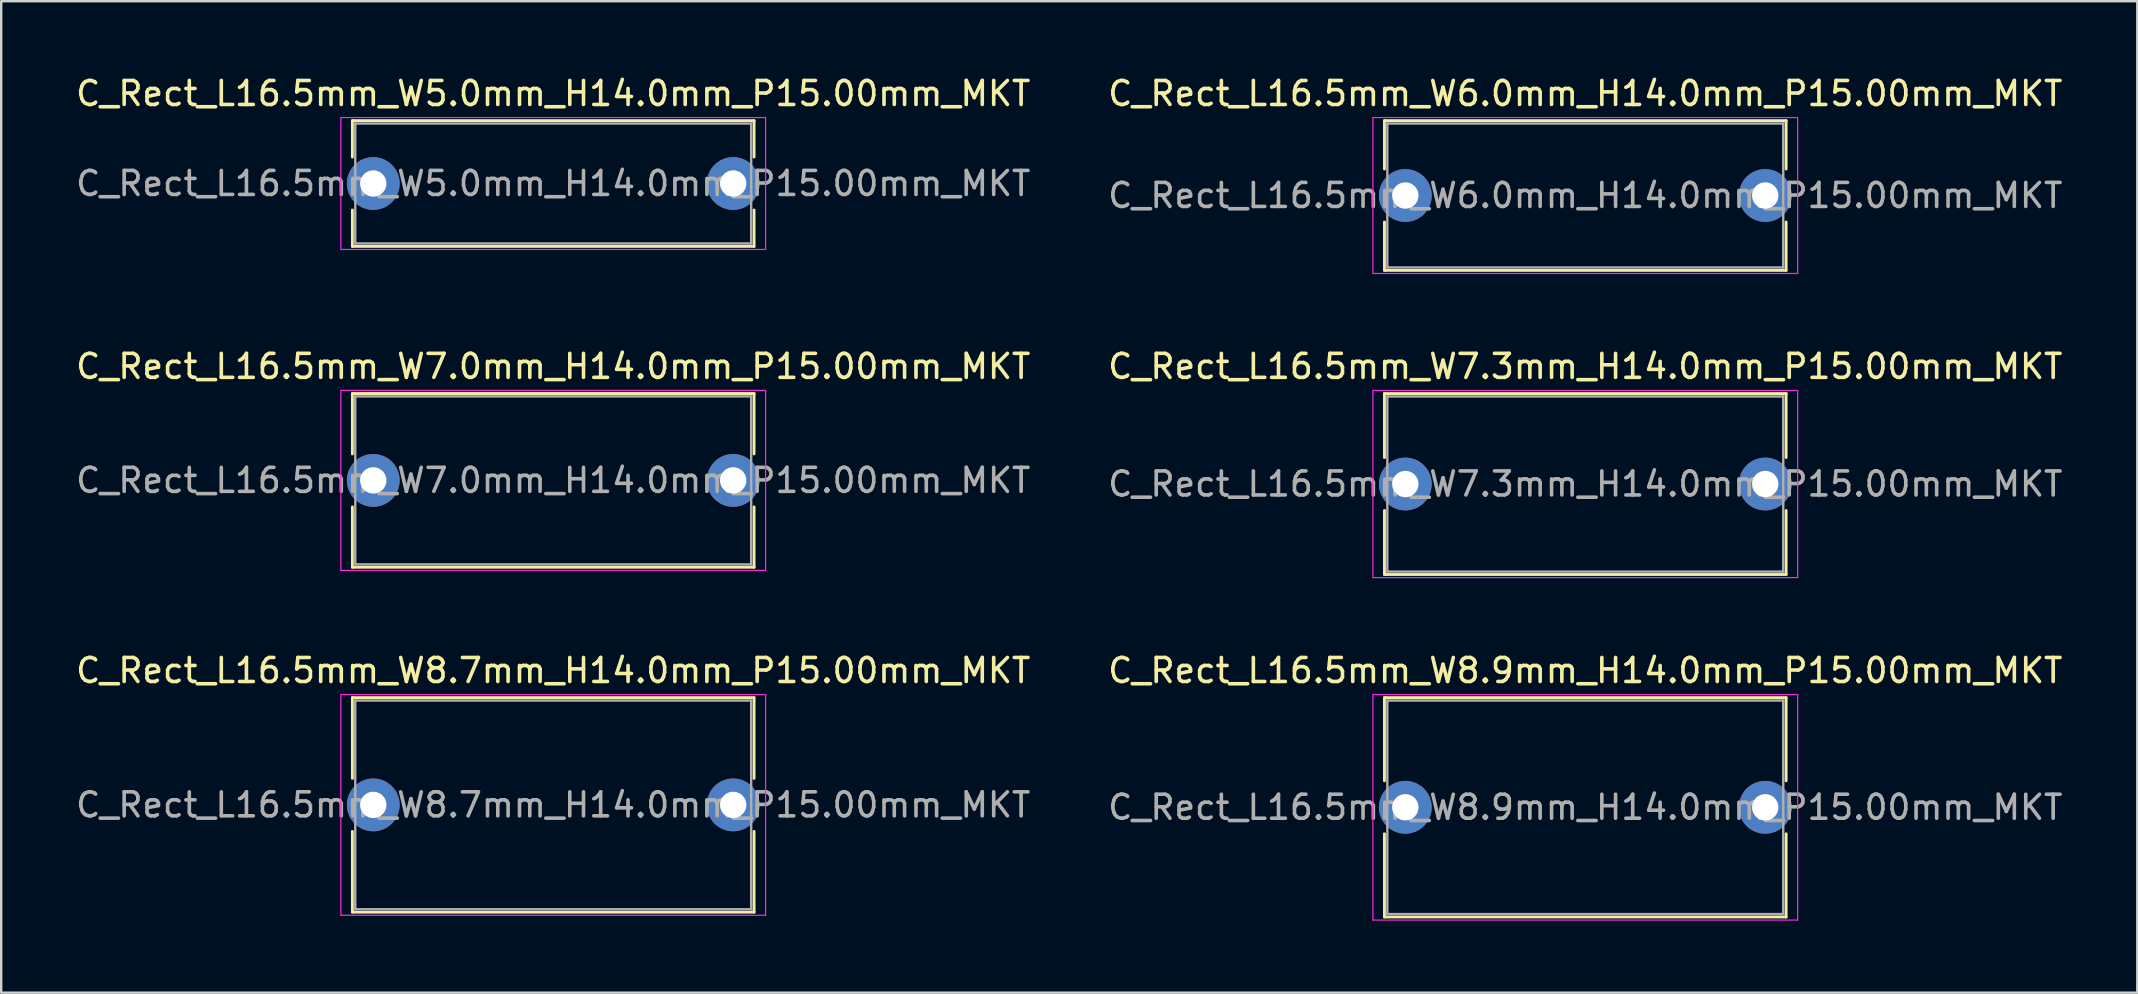
<source format=kicad_pcb>
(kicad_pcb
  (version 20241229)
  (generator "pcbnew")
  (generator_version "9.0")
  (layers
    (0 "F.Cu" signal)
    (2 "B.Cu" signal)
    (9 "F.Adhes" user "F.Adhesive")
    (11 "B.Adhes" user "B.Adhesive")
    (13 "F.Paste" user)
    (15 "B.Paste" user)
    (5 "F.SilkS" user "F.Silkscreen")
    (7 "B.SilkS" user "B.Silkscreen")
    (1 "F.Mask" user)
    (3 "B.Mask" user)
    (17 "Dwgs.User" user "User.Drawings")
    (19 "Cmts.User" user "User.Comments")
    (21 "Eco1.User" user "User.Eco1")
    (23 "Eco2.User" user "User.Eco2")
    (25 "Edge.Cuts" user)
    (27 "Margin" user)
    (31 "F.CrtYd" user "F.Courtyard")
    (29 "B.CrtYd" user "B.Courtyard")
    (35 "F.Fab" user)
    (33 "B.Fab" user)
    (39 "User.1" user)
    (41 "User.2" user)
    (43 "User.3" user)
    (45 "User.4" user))
  (footprint "C_Rect_L16.5mm_W7.0mm_H14.0mm_P15.00mm_MKT"
    (layer "F.Cu")
    (at 12.506 16.971)
    (property "Reference" "C_Rect_L16.5mm_W7.0mm_H14.0mm_P15.00mm_MKT" (at 7.5 -4.75 0) (layer "F.SilkS") (effects (font (size 1 1) (thickness 0.15))))
    (attr through_hole)
    (fp_line (start -0.87 -3.62) (end -0.87 -1.104) (stroke (width 0.12) (type solid)) (layer "F.SilkS"))
    (fp_line (start -0.87 -3.62) (end 15.87 -3.62) (stroke (width 0.12) (type solid)) (layer "F.SilkS"))
    (fp_line (start -0.87 1.104) (end -0.87 3.62) (stroke (width 0.12) (type solid)) (layer "F.SilkS"))
    (fp_line (start -0.87 3.62) (end 15.87 3.62) (stroke (width 0.12) (type solid)) (layer "F.SilkS"))
    (fp_line (start 15.87 -3.62) (end 15.87 -1.104) (stroke (width 0.12) (type solid)) (layer "F.SilkS"))
    (fp_line (start 15.87 1.104) (end 15.87 3.62) (stroke (width 0.12) (type solid)) (layer "F.SilkS"))
    (fp_line (start -1.35 -3.75) (end -1.35 3.75) (stroke (width 0.05) (type solid)) (layer "F.CrtYd"))
    (fp_line (start -1.35 3.75) (end 16.35 3.75) (stroke (width 0.05) (type solid)) (layer "F.CrtYd"))
    (fp_line (start 16.35 -3.75) (end -1.35 -3.75) (stroke (width 0.05) (type solid)) (layer "F.CrtYd"))
    (fp_line (start 16.35 3.75) (end 16.35 -3.75) (stroke (width 0.05) (type solid)) (layer "F.CrtYd"))
    (fp_line (start -0.75 -3.5) (end -0.75 3.5) (stroke (width 0.1) (type solid)) (layer "F.Fab"))
    (fp_line (start -0.75 3.5) (end 15.75 3.5) (stroke (width 0.1) (type solid)) (layer "F.Fab"))
    (fp_line (start 15.75 -3.5) (end -0.75 -3.5) (stroke (width 0.1) (type solid)) (layer "F.Fab"))
    (fp_line (start 15.75 3.5) (end 15.75 -3.5) (stroke (width 0.1) (type solid)) (layer "F.Fab"))
    (fp_text user "${REFERENCE}" (at 7.5 0 0) (layer "F.Fab") (effects (font (size 1 1) (thickness 0.15))))
    (pad "1" thru_hole circle (at 0 0) (size 2.2 2.2) (drill 1.1) (layers "*.Cu" "*.Mask"))
    (pad "2" thru_hole circle (at 15 0) (size 2.2 2.2) (drill 1.1) (layers "*.Cu" "*.Mask")))
  (footprint "C_Rect_L16.5mm_W8.9mm_H14.0mm_P15.00mm_MKT"
    (layer "F.Cu")
    (at 55.518 30.595)
    (property "Reference" "C_Rect_L16.5mm_W8.9mm_H14.0mm_P15.00mm_MKT" (at 7.5 -5.7 0) (layer "F.SilkS") (effects (font (size 1 1) (thickness 0.15))))
    (attr through_hole)
    (fp_line (start -0.87 -4.57) (end -0.87 -1.104) (stroke (width 0.12) (type solid)) (layer "F.SilkS"))
    (fp_line (start -0.87 -4.57) (end 15.87 -4.57) (stroke (width 0.12) (type solid)) (layer "F.SilkS"))
    (fp_line (start -0.87 1.104) (end -0.87 4.57) (stroke (width 0.12) (type solid)) (layer "F.SilkS"))
    (fp_line (start -0.87 4.57) (end 15.87 4.57) (stroke (width 0.12) (type solid)) (layer "F.SilkS"))
    (fp_line (start 15.87 -4.57) (end 15.87 -1.104) (stroke (width 0.12) (type solid)) (layer "F.SilkS"))
    (fp_line (start 15.87 1.104) (end 15.87 4.57) (stroke (width 0.12) (type solid)) (layer "F.SilkS"))
    (fp_line (start -1.35 -4.7) (end -1.35 4.7) (stroke (width 0.05) (type solid)) (layer "F.CrtYd"))
    (fp_line (start -1.35 4.7) (end 16.35 4.7) (stroke (width 0.05) (type solid)) (layer "F.CrtYd"))
    (fp_line (start 16.35 -4.7) (end -1.35 -4.7) (stroke (width 0.05) (type solid)) (layer "F.CrtYd"))
    (fp_line (start 16.35 4.7) (end 16.35 -4.7) (stroke (width 0.05) (type solid)) (layer "F.CrtYd"))
    (fp_line (start -0.75 -4.45) (end -0.75 4.45) (stroke (width 0.1) (type solid)) (layer "F.Fab"))
    (fp_line (start -0.75 4.45) (end 15.75 4.45) (stroke (width 0.1) (type solid)) (layer "F.Fab"))
    (fp_line (start 15.75 -4.45) (end -0.75 -4.45) (stroke (width 0.1) (type solid)) (layer "F.Fab"))
    (fp_line (start 15.75 4.45) (end 15.75 -4.45) (stroke (width 0.1) (type solid)) (layer "F.Fab"))
    (fp_text user "${REFERENCE}" (at 7.5 0 0) (layer "F.Fab") (effects (font (size 1 1) (thickness 0.15))))
    (pad "1" thru_hole circle (at 0 0) (size 2.2 2.2) (drill 1.1) (layers "*.Cu" "*.Mask"))
    (pad "2" thru_hole circle (at 15 0) (size 2.2 2.2) (drill 1.1) (layers "*.Cu" "*.Mask")))
  (footprint "C_Rect_L16.5mm_W6.0mm_H14.0mm_P15.00mm_MKT"
    (layer "F.Cu")
    (at 55.518 5.098)
    (property "Reference" "C_Rect_L16.5mm_W6.0mm_H14.0mm_P15.00mm_MKT" (at 7.5 -4.25 0) (layer "F.SilkS") (effects (font (size 1 1) (thickness 0.15))))
    (attr through_hole)
    (fp_line (start -0.87 -3.12) (end -0.87 -1.104) (stroke (width 0.12) (type solid)) (layer "F.SilkS"))
    (fp_line (start -0.87 -3.12) (end 15.87 -3.12) (stroke (width 0.12) (type solid)) (layer "F.SilkS"))
    (fp_line (start -0.87 1.104) (end -0.87 3.12) (stroke (width 0.12) (type solid)) (layer "F.SilkS"))
    (fp_line (start -0.87 3.12) (end 15.87 3.12) (stroke (width 0.12) (type solid)) (layer "F.SilkS"))
    (fp_line (start 15.87 -3.12) (end 15.87 -1.104) (stroke (width 0.12) (type solid)) (layer "F.SilkS"))
    (fp_line (start 15.87 1.104) (end 15.87 3.12) (stroke (width 0.12) (type solid)) (layer "F.SilkS"))
    (fp_line (start -1.35 -3.25) (end -1.35 3.25) (stroke (width 0.05) (type solid)) (layer "F.CrtYd"))
    (fp_line (start -1.35 3.25) (end 16.35 3.25) (stroke (width 0.05) (type solid)) (layer "F.CrtYd"))
    (fp_line (start 16.35 -3.25) (end -1.35 -3.25) (stroke (width 0.05) (type solid)) (layer "F.CrtYd"))
    (fp_line (start 16.35 3.25) (end 16.35 -3.25) (stroke (width 0.05) (type solid)) (layer "F.CrtYd"))
    (fp_line (start -0.75 -3) (end -0.75 3) (stroke (width 0.1) (type solid)) (layer "F.Fab"))
    (fp_line (start -0.75 3) (end 15.75 3) (stroke (width 0.1) (type solid)) (layer "F.Fab"))
    (fp_line (start 15.75 -3) (end -0.75 -3) (stroke (width 0.1) (type solid)) (layer "F.Fab"))
    (fp_line (start 15.75 3) (end 15.75 -3) (stroke (width 0.1) (type solid)) (layer "F.Fab"))
    (fp_text user "${REFERENCE}" (at 7.5 0 0) (layer "F.Fab") (effects (font (size 1 1) (thickness 0.15))))
    (pad "1" thru_hole circle (at 0 0) (size 2.2 2.2) (drill 1.1) (layers "*.Cu" "*.Mask"))
    (pad "2" thru_hole circle (at 15 0) (size 2.2 2.2) (drill 1.1) (layers "*.Cu" "*.Mask")))
  (footprint "C_Rect_L16.5mm_W8.7mm_H14.0mm_P15.00mm_MKT"
    (layer "F.Cu")
    (at 12.506 30.495)
    (property "Reference" "C_Rect_L16.5mm_W8.7mm_H14.0mm_P15.00mm_MKT" (at 7.5 -5.6 0) (layer "F.SilkS") (effects (font (size 1 1) (thickness 0.15))))
    (attr through_hole)
    (fp_line (start -0.87 -4.47) (end -0.87 -1.104) (stroke (width 0.12) (type solid)) (layer "F.SilkS"))
    (fp_line (start -0.87 -4.47) (end 15.87 -4.47) (stroke (width 0.12) (type solid)) (layer "F.SilkS"))
    (fp_line (start -0.87 1.104) (end -0.87 4.47) (stroke (width 0.12) (type solid)) (layer "F.SilkS"))
    (fp_line (start -0.87 4.47) (end 15.87 4.47) (stroke (width 0.12) (type solid)) (layer "F.SilkS"))
    (fp_line (start 15.87 -4.47) (end 15.87 -1.104) (stroke (width 0.12) (type solid)) (layer "F.SilkS"))
    (fp_line (start 15.87 1.104) (end 15.87 4.47) (stroke (width 0.12) (type solid)) (layer "F.SilkS"))
    (fp_line (start -1.35 -4.6) (end -1.35 4.6) (stroke (width 0.05) (type solid)) (layer "F.CrtYd"))
    (fp_line (start -1.35 4.6) (end 16.35 4.6) (stroke (width 0.05) (type solid)) (layer "F.CrtYd"))
    (fp_line (start 16.35 -4.6) (end -1.35 -4.6) (stroke (width 0.05) (type solid)) (layer "F.CrtYd"))
    (fp_line (start 16.35 4.6) (end 16.35 -4.6) (stroke (width 0.05) (type solid)) (layer "F.CrtYd"))
    (fp_line (start -0.75 -4.35) (end -0.75 4.35) (stroke (width 0.1) (type solid)) (layer "F.Fab"))
    (fp_line (start -0.75 4.35) (end 15.75 4.35) (stroke (width 0.1) (type solid)) (layer "F.Fab"))
    (fp_line (start 15.75 -4.35) (end -0.75 -4.35) (stroke (width 0.1) (type solid)) (layer "F.Fab"))
    (fp_line (start 15.75 4.35) (end 15.75 -4.35) (stroke (width 0.1) (type solid)) (layer "F.Fab"))
    (fp_text user "${REFERENCE}" (at 7.5 0 0) (layer "F.Fab") (effects (font (size 1 1) (thickness 0.15))))
    (pad "1" thru_hole circle (at 0 0) (size 2.2 2.2) (drill 1.1) (layers "*.Cu" "*.Mask"))
    (pad "2" thru_hole circle (at 15 0) (size 2.2 2.2) (drill 1.1) (layers "*.Cu" "*.Mask")))
  (footprint "C_Rect_L16.5mm_W5.0mm_H14.0mm_P15.00mm_MKT"
    (layer "F.Cu")
    (at 12.506 4.598)
    (property "Reference" "C_Rect_L16.5mm_W5.0mm_H14.0mm_P15.00mm_MKT" (at 7.5 -3.75 0) (layer "F.SilkS") (effects (font (size 1 1) (thickness 0.15))))
    (attr through_hole)
    (fp_line (start -0.87 -2.62) (end -0.87 -1.104) (stroke (width 0.12) (type solid)) (layer "F.SilkS"))
    (fp_line (start -0.87 -2.62) (end 15.87 -2.62) (stroke (width 0.12) (type solid)) (layer "F.SilkS"))
    (fp_line (start -0.87 1.104) (end -0.87 2.62) (stroke (width 0.12) (type solid)) (layer "F.SilkS"))
    (fp_line (start -0.87 2.62) (end 15.87 2.62) (stroke (width 0.12) (type solid)) (layer "F.SilkS"))
    (fp_line (start 15.87 -2.62) (end 15.87 -1.104) (stroke (width 0.12) (type solid)) (layer "F.SilkS"))
    (fp_line (start 15.87 1.104) (end 15.87 2.62) (stroke (width 0.12) (type solid)) (layer "F.SilkS"))
    (fp_line (start -1.35 -2.75) (end -1.35 2.75) (stroke (width 0.05) (type solid)) (layer "F.CrtYd"))
    (fp_line (start -1.35 2.75) (end 16.35 2.75) (stroke (width 0.05) (type solid)) (layer "F.CrtYd"))
    (fp_line (start 16.35 -2.75) (end -1.35 -2.75) (stroke (width 0.05) (type solid)) (layer "F.CrtYd"))
    (fp_line (start 16.35 2.75) (end 16.35 -2.75) (stroke (width 0.05) (type solid)) (layer "F.CrtYd"))
    (fp_line (start -0.75 -2.5) (end -0.75 2.5) (stroke (width 0.1) (type solid)) (layer "F.Fab"))
    (fp_line (start -0.75 2.5) (end 15.75 2.5) (stroke (width 0.1) (type solid)) (layer "F.Fab"))
    (fp_line (start 15.75 -2.5) (end -0.75 -2.5) (stroke (width 0.1) (type solid)) (layer "F.Fab"))
    (fp_line (start 15.75 2.5) (end 15.75 -2.5) (stroke (width 0.1) (type solid)) (layer "F.Fab"))
    (fp_text user "${REFERENCE}" (at 7.5 0 0) (layer "F.Fab") (effects (font (size 1 1) (thickness 0.15))))
    (pad "1" thru_hole circle (at 0 0) (size 2.2 2.2) (drill 1.1) (layers "*.Cu" "*.Mask"))
    (pad "2" thru_hole circle (at 15 0) (size 2.2 2.2) (drill 1.1) (layers "*.Cu" "*.Mask")))
  (footprint "C_Rect_L16.5mm_W7.3mm_H14.0mm_P15.00mm_MKT"
    (layer "F.Cu")
    (at 55.518 17.122)
    (property "Reference" "C_Rect_L16.5mm_W7.3mm_H14.0mm_P15.00mm_MKT" (at 7.5 -4.9 0) (layer "F.SilkS") (effects (font (size 1 1) (thickness 0.15))))
    (attr through_hole)
    (fp_line (start -0.87 -3.77) (end -0.87 -1.104) (stroke (width 0.12) (type solid)) (layer "F.SilkS"))
    (fp_line (start -0.87 -3.77) (end 15.87 -3.77) (stroke (width 0.12) (type solid)) (layer "F.SilkS"))
    (fp_line (start -0.87 1.104) (end -0.87 3.77) (stroke (width 0.12) (type solid)) (layer "F.SilkS"))
    (fp_line (start -0.87 3.77) (end 15.87 3.77) (stroke (width 0.12) (type solid)) (layer "F.SilkS"))
    (fp_line (start 15.87 -3.77) (end 15.87 -1.104) (stroke (width 0.12) (type solid)) (layer "F.SilkS"))
    (fp_line (start 15.87 1.104) (end 15.87 3.77) (stroke (width 0.12) (type solid)) (layer "F.SilkS"))
    (fp_line (start -1.35 -3.9) (end -1.35 3.9) (stroke (width 0.05) (type solid)) (layer "F.CrtYd"))
    (fp_line (start -1.35 3.9) (end 16.35 3.9) (stroke (width 0.05) (type solid)) (layer "F.CrtYd"))
    (fp_line (start 16.35 -3.9) (end -1.35 -3.9) (stroke (width 0.05) (type solid)) (layer "F.CrtYd"))
    (fp_line (start 16.35 3.9) (end 16.35 -3.9) (stroke (width 0.05) (type solid)) (layer "F.CrtYd"))
    (fp_line (start -0.75 -3.65) (end -0.75 3.65) (stroke (width 0.1) (type solid)) (layer "F.Fab"))
    (fp_line (start -0.75 3.65) (end 15.75 3.65) (stroke (width 0.1) (type solid)) (layer "F.Fab"))
    (fp_line (start 15.75 -3.65) (end -0.75 -3.65) (stroke (width 0.1) (type solid)) (layer "F.Fab"))
    (fp_line (start 15.75 3.65) (end 15.75 -3.65) (stroke (width 0.1) (type solid)) (layer "F.Fab"))
    (fp_text user "${REFERENCE}" (at 7.5 0 0) (layer "F.Fab") (effects (font (size 1 1) (thickness 0.15))))
    (pad "1" thru_hole circle (at 0 0) (size 2.2 2.2) (drill 1.1) (layers "*.Cu" "*.Mask"))
    (pad "2" thru_hole circle (at 15 0) (size 2.2 2.2) (drill 1.1) (layers "*.Cu" "*.Mask")))
  (gr_rect
    (start -3 -3)
    (end 86.024 38.32)
    (stroke (width 0.1) (type default))
    (fill no)
    (layer "Edge.Cuts")))
</source>
